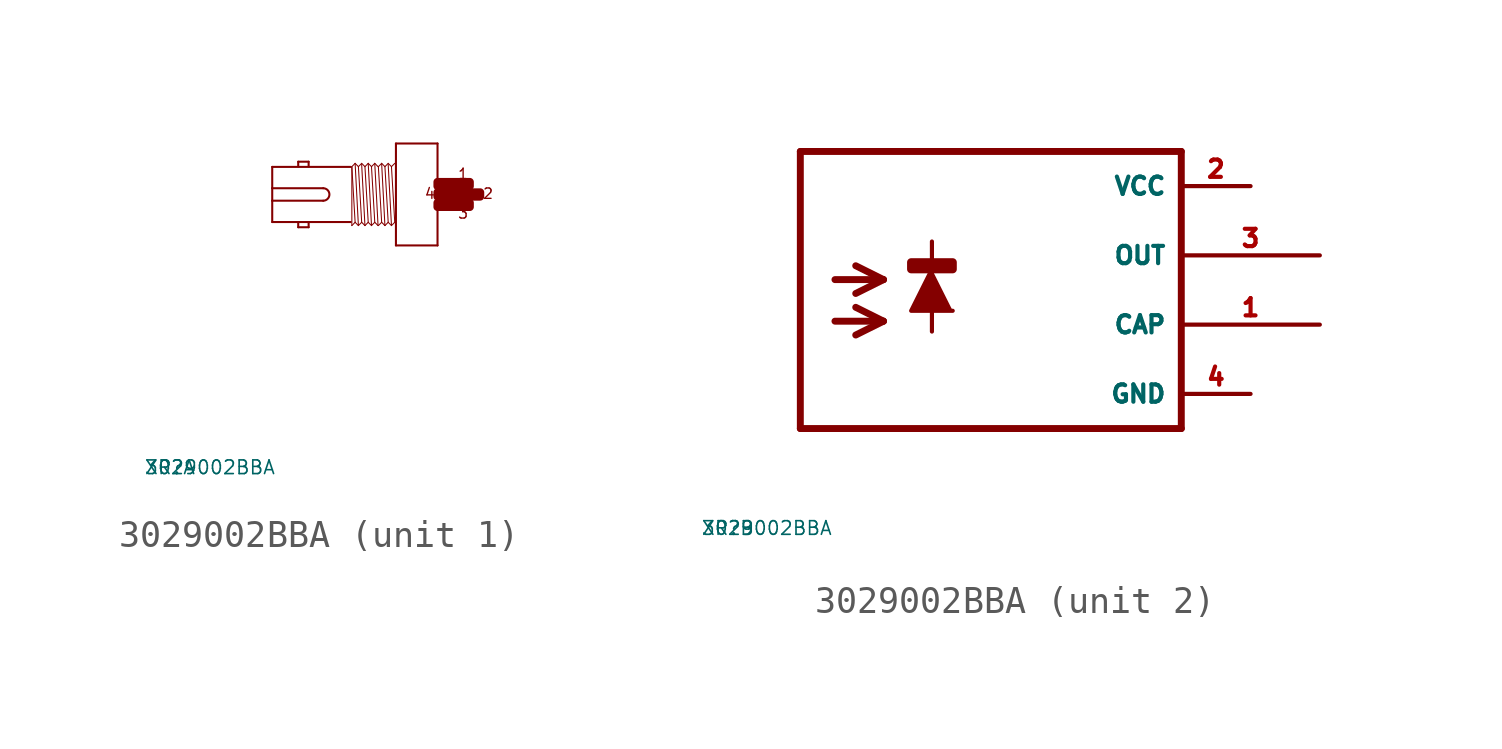
<source format=kicad_sym>
(kicad_symbol_lib
  (version 20220914)
  (generator Eagle2Kicad)
  (symbol "3029002BBA"
    (property "Reference" "XR"
      (at -10 -10 0)
      (effects (font (size 0.5 0.5) (thickness 0.06)) (justify left)))
    (property "Value" "3029002BBA"
      (at -10 -10 0)
      (effects (font (size 0.5 0.5) (thickness 0.06)) (justify left)))
    (symbol "3029002BBA_1_0"
      (polyline (pts (xy 0.762 1.867) (xy 0.762 -1.867)) (stroke (width 0.076) (type default)) (fill (type none)))
      (polyline (pts (xy 0.762 -1.867) (xy -0.762 -1.867)) (stroke (width 0.076) (type default)) (fill (type none)))
      (polyline (pts (xy -0.762 -1.867) (xy -0.762 1.867)) (stroke (width 0.076) (type default)) (fill (type none)))
      (polyline (pts (xy -0.762 1.867) (xy 0.762 1.867)) (stroke (width 0.076) (type default)) (fill (type none)))
      (polyline (pts (xy -2.419 1.01) (xy -5.296 1.01)) (stroke (width 0.076) (type default)) (fill (type none)))
      (polyline (pts (xy -5.296 1.01) (xy -5.296 0.229)) (stroke (width 0.076) (type default)) (fill (type none)))
      (polyline (pts (xy -5.296 0.229) (xy -5.296 -0.229)) (stroke (width 0.076) (type default)) (fill (type none)))
      (polyline (pts (xy -5.296 -0.229) (xy -5.296 -1.01)) (stroke (width 0.076) (type default)) (fill (type none)))
      (polyline (pts (xy -5.296 -1.01) (xy -2.419 -1.01)) (stroke (width 0.076) (type default)) (fill (type none)))
      (polyline (pts (xy -3.962 -1.029) (xy -3.962 -1.2)) (stroke (width 0.076) (type default)) (fill (type none)))
      (polyline (pts (xy -3.962 -1.2) (xy -4.343 -1.2)) (stroke (width 0.076) (type default)) (fill (type none)))
      (polyline (pts (xy -4.343 -1.2) (xy -4.343 -1.029)) (stroke (width 0.076) (type default)) (fill (type none)))
      (polyline (pts (xy -4.343 1.029) (xy -4.343 1.2)) (stroke (width 0.076) (type default)) (fill (type none)))
      (polyline (pts (xy -4.343 1.2) (xy -3.962 1.2)) (stroke (width 0.076) (type default)) (fill (type none)))
      (polyline (pts (xy -3.962 1.2) (xy -3.962 1.029)) (stroke (width 0.076) (type default)) (fill (type none)))
      (polyline (pts (xy -2.258 1.14) (xy -2.138 -1.14)) (stroke (width 0.038) (type default)) (fill (type none)))
      (polyline (pts (xy -2.018 1.099) (xy -1.898 -1.14)) (stroke (width 0.038) (type default)) (fill (type none)))
      (polyline (pts (xy -1.898 1.02) (xy -1.778 -1.02)) (stroke (width 0.038) (type default)) (fill (type none)))
      (polyline (pts (xy -1.778 1.14) (xy -1.658 -1.14)) (stroke (width 0.038) (type default)) (fill (type none)))
      (polyline (pts (xy -1.538 1.14) (xy -1.418 -1.14)) (stroke (width 0.038) (type default)) (fill (type none)))
      (polyline (pts (xy -2.378 -1.14) (xy -2.378 0.999)) (stroke (width 0.038) (type default)) (fill (type none)))
      (polyline (pts (xy -2.378 -1.14) (xy -2.258 -1.02)) (stroke (width 0.038) (type default)) (fill (type none)))
      (polyline (pts (xy -2.258 -1.02) (xy -2.138 -1.14)) (stroke (width 0.038) (type default)) (fill (type none)))
      (polyline (pts (xy -2.138 -1.14) (xy -2.018 -1.02)) (stroke (width 0.038) (type default)) (fill (type none)))
      (polyline (pts (xy -2.018 -1.02) (xy -1.898 -1.14)) (stroke (width 0.038) (type default)) (fill (type none)))
      (polyline (pts (xy -1.898 -1.14) (xy -1.778 -1.02)) (stroke (width 0.038) (type default)) (fill (type none)))
      (polyline (pts (xy -1.778 -1.02) (xy -1.658 -1.14)) (stroke (width 0.038) (type default)) (fill (type none)))
      (polyline (pts (xy -1.658 -1.14) (xy -1.538 -1.02)) (stroke (width 0.038) (type default)) (fill (type none)))
      (polyline (pts (xy -1.538 -1.02) (xy -1.418 -1.14)) (stroke (width 0.038) (type default)) (fill (type none)))
      (polyline (pts (xy -2.378 1.02) (xy -2.258 1.14)) (stroke (width 0.038) (type default)) (fill (type none)))
      (polyline (pts (xy -2.258 1.14) (xy -2.138 1.02)) (stroke (width 0.038) (type default)) (fill (type none)))
      (polyline (pts (xy -2.138 1.02) (xy -2.018 1.14)) (stroke (width 0.038) (type default)) (fill (type none)))
      (polyline (pts (xy -2.018 1.14) (xy -1.898 1.02)) (stroke (width 0.038) (type default)) (fill (type none)))
      (polyline (pts (xy -1.898 1.02) (xy -1.778 1.14)) (stroke (width 0.038) (type default)) (fill (type none)))
      (polyline (pts (xy -1.778 1.14) (xy -1.658 1.02)) (stroke (width 0.038) (type default)) (fill (type none)))
      (polyline (pts (xy -1.658 1.02) (xy -1.538 1.14)) (stroke (width 0.038) (type default)) (fill (type none)))
      (polyline (pts (xy -1.538 1.14) (xy -1.418 1.02)) (stroke (width 0.038) (type default)) (fill (type none)))
      (polyline (pts (xy -2.138 1.02) (xy -2.018 -1.02)) (stroke (width 0.038) (type default)) (fill (type none)))
      (polyline (pts (xy -1.658 1.02) (xy -1.538 -1.02)) (stroke (width 0.038) (type default)) (fill (type none)))
      (polyline (pts (xy -2.378 1.02) (xy -2.258 -1.02)) (stroke (width 0.038) (type default)) (fill (type none)))
      (polyline (pts (xy -1.286 1.14) (xy -1.166 -1.14)) (stroke (width 0.038) (type default)) (fill (type none)))
      (polyline (pts (xy -1.046 1.099) (xy -0.926 -1.14)) (stroke (width 0.038) (type default)) (fill (type none)))
      (polyline (pts (xy -0.926 1.02) (xy -0.806 -1.02)) (stroke (width 0.038) (type default)) (fill (type none)))
      (polyline (pts (xy -1.406 -1.14) (xy -1.286 -1.02)) (stroke (width 0.038) (type default)) (fill (type none)))
      (polyline (pts (xy -1.286 -1.02) (xy -1.166 -1.14)) (stroke (width 0.038) (type default)) (fill (type none)))
      (polyline (pts (xy -1.166 -1.14) (xy -1.046 -1.02)) (stroke (width 0.038) (type default)) (fill (type none)))
      (polyline (pts (xy -1.046 -1.02) (xy -0.926 -1.14)) (stroke (width 0.038) (type default)) (fill (type none)))
      (polyline (pts (xy -0.926 -1.14) (xy -0.806 -1.02)) (stroke (width 0.038) (type default)) (fill (type none)))
      (polyline (pts (xy -1.406 1.02) (xy -1.286 1.14)) (stroke (width 0.038) (type default)) (fill (type none)))
      (polyline (pts (xy -1.286 1.14) (xy -1.166 1.02)) (stroke (width 0.038) (type default)) (fill (type none)))
      (polyline (pts (xy -1.166 1.02) (xy -1.046 1.14)) (stroke (width 0.038) (type default)) (fill (type none)))
      (polyline (pts (xy -1.046 1.14) (xy -0.926 1.02)) (stroke (width 0.038) (type default)) (fill (type none)))
      (polyline (pts (xy -0.926 1.02) (xy -0.806 1.14)) (stroke (width 0.038) (type default)) (fill (type none)))
      (polyline (pts (xy -1.166 1.02) (xy -1.046 -1.02)) (stroke (width 0.038) (type default)) (fill (type none)))
      (polyline (pts (xy -1.406 1.02) (xy -1.286 -1.02)) (stroke (width 0.038) (type default)) (fill (type none)))
      (polyline (pts (xy -5.296 -0.229) (xy -3.429 -0.229)) (stroke (width 0.076) (type default)) (fill (type none)))
      (polyline (pts (xy -3.429 0.229) (xy -5.296 0.229)) (stroke (width 0.076) (type default)) (fill (type none)))
      (arc (start -3.429 -0.2286) (mid -3.200 0.000) (end -3.429 0.2286) (stroke (width 0.0762) (type default)) (fill (type none)))
      (text "1" (at 1.486 0.533 0) (effects (font (size 0.381 0.381) (thickness 0.05)) (justify left bottom)))
      (text "2" (at 2.4 -0.191 0) (effects (font (size 0.381 0.381) (thickness 0.05)) (justify left bottom)))
      (text "3" (at 1.486 -0.914 0) (effects (font (size 0.381 0.381) (thickness 0.05)) (justify left bottom)))
      (text "4" (at 0.267 -0.191 0) (effects (font (size 0.381 0.381) (thickness 0.05)) (justify left bottom)))
      (rectangle (start 1.524 -0.076) (end 2.324 0.076) (stroke (width 0.3) (type default)) (fill (type outline)))
      (rectangle (start 0.762 -0.076) (end 1.257 0.076) (stroke (width 0.3) (type default)) (fill (type outline)))
      (rectangle (start 0.762 0.305) (end 1.638 0.457) (stroke (width 0.3) (type default)) (fill (type outline)))
      (rectangle (start 0.762 -0.457) (end 1.638 -0.305) (stroke (width 0.3) (type default)) (fill (type outline)))
      (rectangle (start 1.6 -0.457) (end 1.943 -0.305) (stroke (width 0.3) (type default)) (fill (type outline)))
      (rectangle (start 1.219 -0.076) (end 1.562 0.076) (stroke (width 0.3) (type default)) (fill (type outline)))
      (rectangle (start 1.6 0.305) (end 1.943 0.457) (stroke (width 0.3) (type default)) (fill (type outline))))
    (symbol "3029002BBA_2_0"
      (polyline (pts (xy -1.524 -0.508) (xy -2.286 -2.032) (xy -0.762 -2.032)) (stroke (width 0.152) (type default)) (fill (type outline)))
      (polyline (pts (xy -5.08 -0.889) (xy -3.302 -0.889)) (stroke (width 0.254) (type default)) (fill (type none)))
      (polyline (pts (xy -3.302 -0.889) (xy -4.318 -1.397)) (stroke (width 0.254) (type default)) (fill (type none)))
      (polyline (pts (xy -3.302 -0.889) (xy -4.318 -0.381)) (stroke (width 0.254) (type default)) (fill (type none)))
      (polyline (pts (xy -5.08 -2.413) (xy -3.302 -2.413)) (stroke (width 0.254) (type default)) (fill (type none)))
      (polyline (pts (xy -3.302 -2.413) (xy -4.318 -2.921)) (stroke (width 0.254) (type default)) (fill (type none)))
      (polyline (pts (xy -3.302 -2.413) (xy -4.318 -1.905)) (stroke (width 0.254) (type default)) (fill (type none)))
      (polyline (pts (xy -1.524 0.508) (xy -1.524 -2.794)) (stroke (width 0.152) (type default)) (fill (type none)))
      (polyline (pts (xy 7.62 3.81) (xy -6.35 3.81)) (stroke (width 0.254) (type default)) (fill (type none)))
      (polyline (pts (xy -6.35 3.81) (xy -6.35 -6.35)) (stroke (width 0.254) (type default)) (fill (type none)))
      (polyline (pts (xy -6.35 -6.35) (xy 7.62 -6.35)) (stroke (width 0.254) (type default)) (fill (type none)))
      (polyline (pts (xy 7.62 -6.35) (xy 7.62 3.81)) (stroke (width 0.254) (type default)) (fill (type none)))
      (rectangle (start -2.286 -0.508) (end -0.762 -0.254) (stroke (width 0.3) (type default)) (fill (type outline)))
      (pin unspecified line (at 10.16 2.54 180) (length 2.54) (name "VCC" (effects (font (size 0.635 0.635) (thickness 0.08)) (justify left bottom))) (number "2" (effects (font (size 0.635 0.635) (thickness 0.08)) (justify left bottom))))
      (pin unspecified line (at 10.16 -5.08 180) (length 2.54) (name "GND" (effects (font (size 0.635 0.635) (thickness 0.08)) (justify left bottom))) (number "4" (effects (font (size 0.635 0.635) (thickness 0.08)) (justify left bottom))))
      (pin output line (at 12.7 0 180) (length 5.08) (name "OUT" (effects (font (size 0.635 0.635) (thickness 0.08)) (justify left bottom))) (number "3" (effects (font (size 0.635 0.635) (thickness 0.08)) (justify left bottom))))
      (pin output line (at 12.7 -2.54 180) (length 5.08) (name "CAP" (effects (font (size 0.635 0.635) (thickness 0.08)) (justify left bottom))) (number "1" (effects (font (size 0.635 0.635) (thickness 0.08)) (justify left bottom)))))))
</source>
